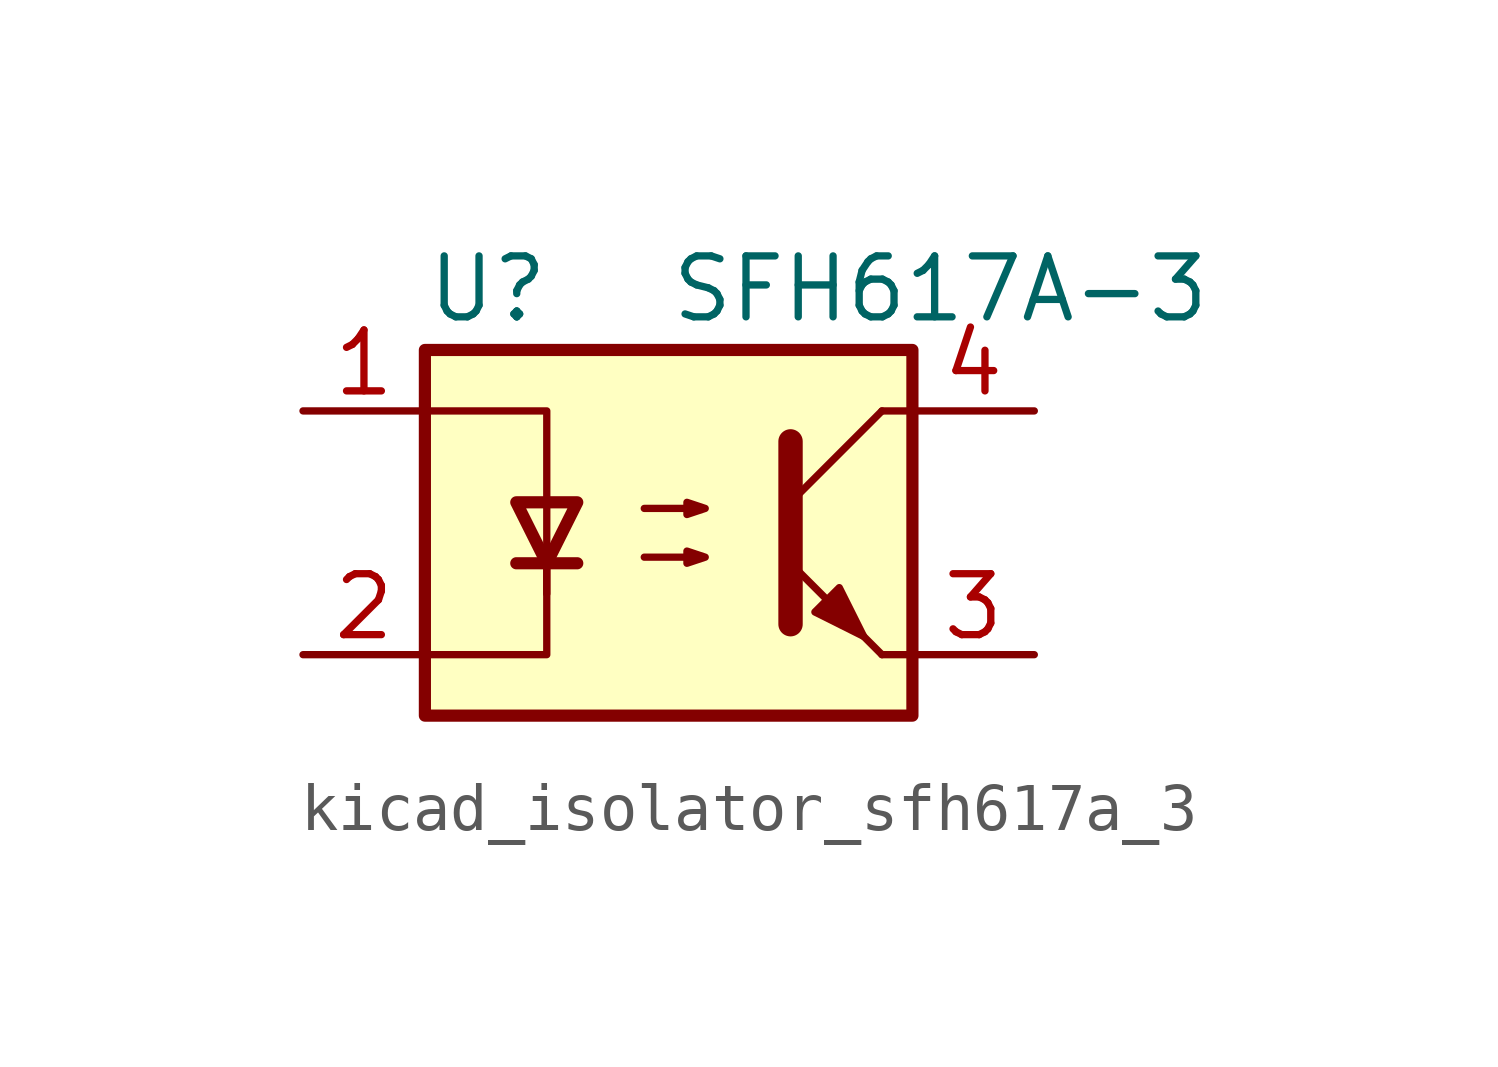
<source format=kicad_sym>
(kicad_symbol_lib
  (version 20220914)
  (generator kicad_symbol_editor)
  (symbol "kicad_isolator_sfh617a_3"
    (pin_names
      (offset 1.016))
    (property "Reference" "U"
      (at -5.08 5.08 0)
      (effects (font (size 1.27 1.27)) (justify left)))
    (property "Value" "SFH617A-3"
      (at 0 5.08 0)
      (effects (font (size 1.27 1.27)) (justify left)))
    (symbol "kicad_isolator_sfh617a_3_0_1"
      (rectangle (start -5.08 3.81) (end 5.08 -3.81) (stroke (width 0.254) (type default)) (fill (type background)))
      (polyline (pts (xy -3.175 -0.635) (xy -1.905 -0.635)) (stroke (width 0.254) (type default)) (fill (type none)))
      (polyline (pts (xy 2.54 0.635) (xy 4.445 2.54)) (stroke (width 0) (type default)) (fill (type none)))
      (polyline (pts (xy 4.445 -2.54) (xy 2.54 -0.635)) (stroke (width 0) (type default)) (fill (type outline)))
      (polyline (pts (xy 4.445 -2.54) (xy 5.08 -2.54)) (stroke (width 0) (type default)) (fill (type none)))
      (polyline (pts (xy 4.445 2.54) (xy 5.08 2.54)) (stroke (width 0) (type default)) (fill (type none)))
      (polyline (pts (xy -2.54 -0.635) (xy -2.54 -2.54) (xy -5.08 -2.54)) (stroke (width 0) (type default)) (fill (type none)))
      (polyline (pts (xy 2.54 1.905) (xy 2.54 -1.905) (xy 2.54 -1.905)) (stroke (width 0.508) (type default)) (fill (type none)))
      (polyline (pts (xy -5.08 2.54) (xy -2.54 2.54) (xy -2.54 -1.27) (xy -2.54 0.635)) (stroke (width 0) (type default)) (fill (type none)))
      (polyline (pts (xy -2.54 -0.635) (xy -3.175 0.635) (xy -1.905 0.635) (xy -2.54 -0.635)) (stroke (width 0.254) (type default)) (fill (type none)))
      (polyline (pts (xy -0.508 -0.508) (xy 0.762 -0.508) (xy 0.381 -0.635) (xy 0.381 -0.381) (xy 0.762 -0.508)) (stroke (width 0) (type default)) (fill (type none)))
      (polyline (pts (xy -0.508 0.508) (xy 0.762 0.508) (xy 0.381 0.381) (xy 0.381 0.635) (xy 0.762 0.508)) (stroke (width 0) (type default)) (fill (type none)))
      (polyline (pts (xy 3.048 -1.651) (xy 3.556 -1.143) (xy 4.064 -2.159) (xy 3.048 -1.651) (xy 3.048 -1.651)) (stroke (width 0) (type default)) (fill (type outline))))
    (symbol "kicad_isolator_sfh617a_3_1_1"
      (pin passive line (at -7.62 2.54 0) (length 2.54) (name "~" (effects (font (size 1.27 1.27)))) (number "1" (effects (font (size 1.27 1.27)))))
      (pin passive line (at -7.62 -2.54 0) (length 2.54) (name "~" (effects (font (size 1.27 1.27)))) (number "2" (effects (font (size 1.27 1.27)))))
      (pin passive line (at 7.62 -2.54 180) (length 2.54) (name "~" (effects (font (size 1.27 1.27)))) (number "3" (effects (font (size 1.27 1.27)))))
      (pin passive line (at 7.62 2.54 180) (length 2.54) (name "~" (effects (font (size 1.27 1.27)))) (number "4" (effects (font (size 1.27 1.27))))))))
</source>
